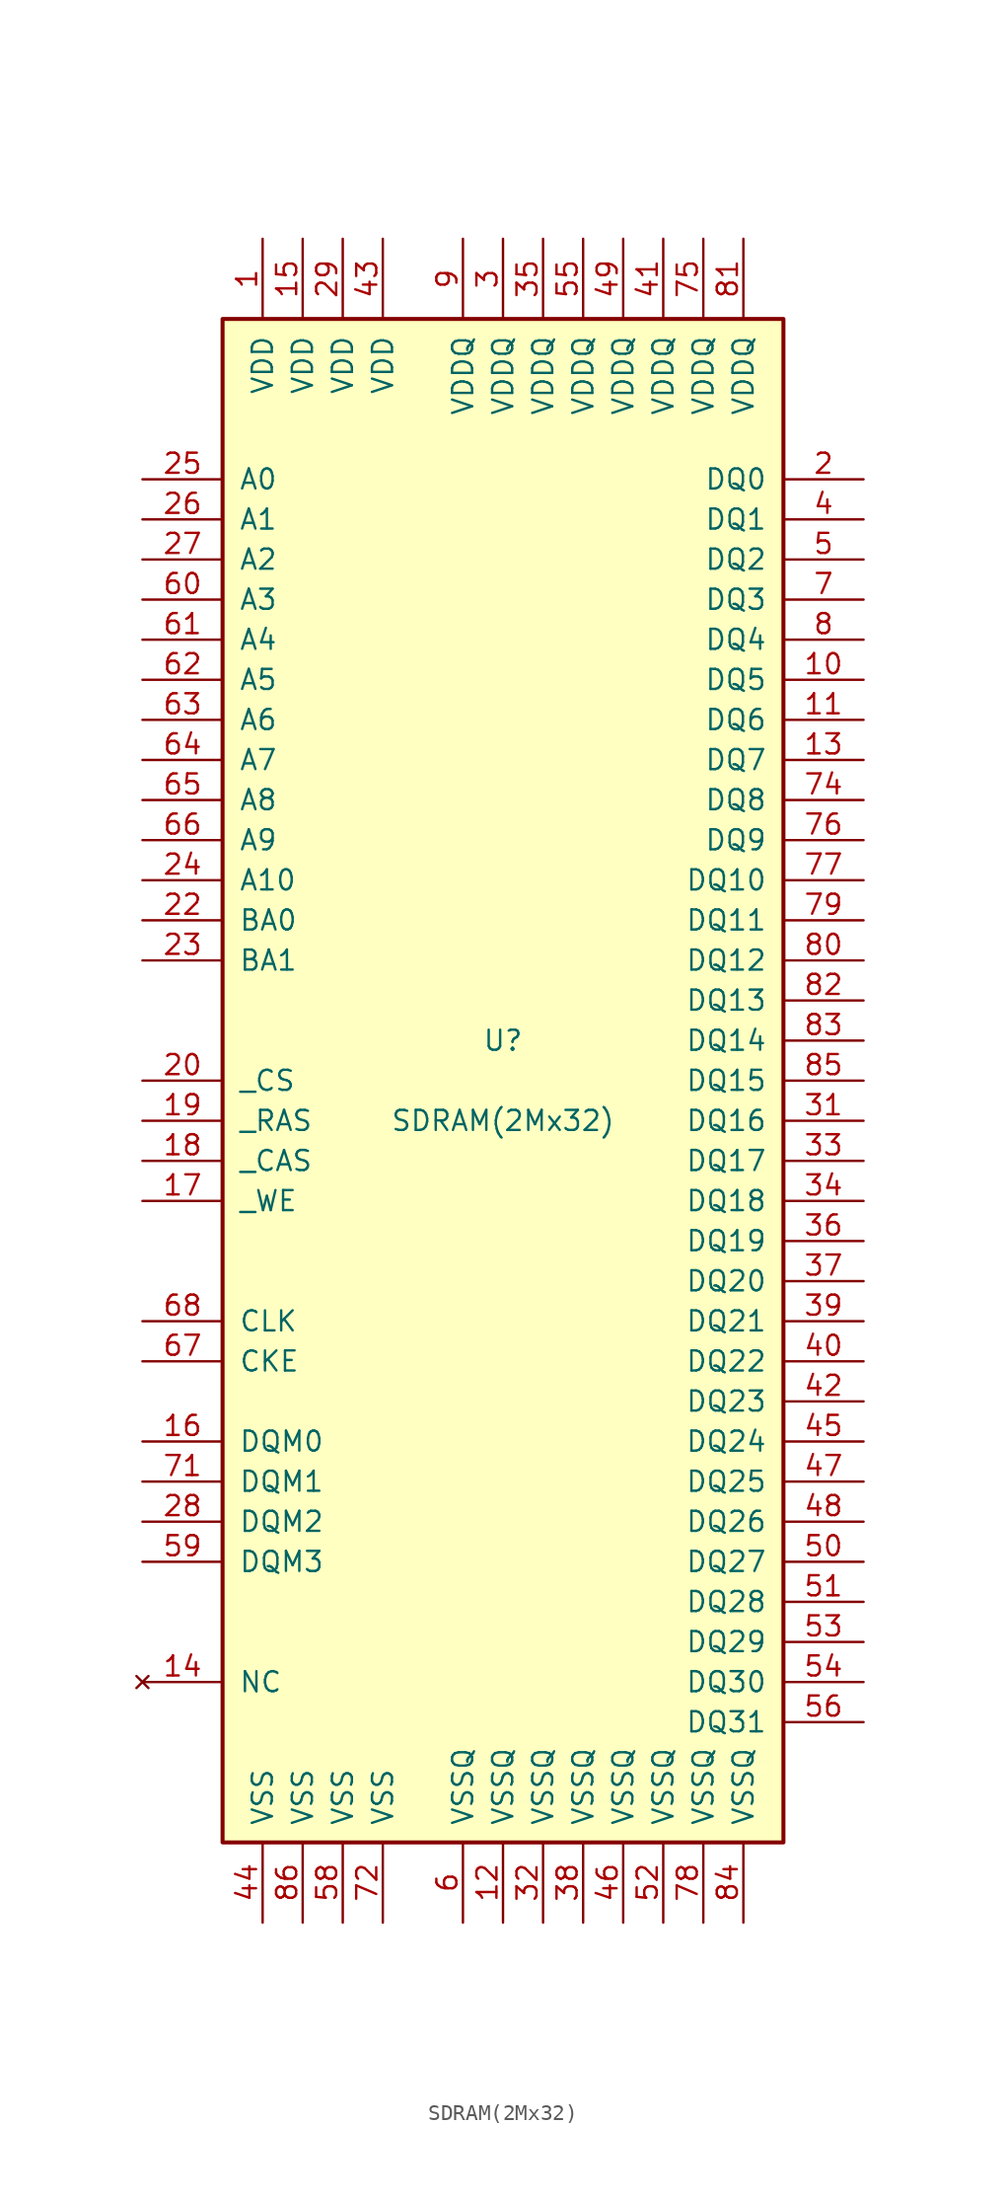
<source format=kicad_sym>
(kicad_symbol_lib
  (version 20220914)
  (generator kicad_symbol_editor)
  (symbol "SDRAM(2Mx32)"
    (pin_names
      (offset 1.016))
    (property "Reference" "U"
      (at 0 2.54 0)
      (effects (font (size 1.27 1.27))))
    (property "Value" "SDRAM(2Mx32)"
      (at 0 -2.54 0)
      (effects (font (size 1.27 1.27))))
    (symbol "SDRAM(2Mx32)_0_0"
      (pin power_in line (at -15.24 53.34 270) (length 5.08) (name "VDD" (effects (font (size 1.27 1.27)))) (number "1" (effects (font (size 1.27 1.27))))))
    (symbol "SDRAM(2Mx32)_0_1"
      (rectangle (start -17.78 48.26) (end 17.78 -48.26) (stroke (width 0.254) (type default)) (fill (type background))))
    (symbol "SDRAM(2Mx32)_1_0"
      (pin power_in line (at -12.7 53.34 270) (length 5.08) (name "VDD" (effects (font (size 1.27 1.27)))) (number "15" (effects (font (size 1.27 1.27)))))
      (pin no_connect line (at -22.86 -38.1 0) (length 5.08) hide (name "NC" (effects (font (size 1.27 1.27)))) (number "30" (effects (font (size 1.27 1.27)))))
      (pin bidirectional line (at 22.86 -33.02 180) (length 5.08) (name "DQ28" (effects (font (size 1.27 1.27)))) (number "51" (effects (font (size 1.27 1.27)))))
      (pin power_in line (at 10.16 -53.34 90) (length 5.08) (name "VSSQ" (effects (font (size 1.27 1.27)))) (number "52" (effects (font (size 1.27 1.27)))))
      (pin bidirectional line (at 22.86 -35.56 180) (length 5.08) (name "DQ29" (effects (font (size 1.27 1.27)))) (number "53" (effects (font (size 1.27 1.27)))))
      (pin bidirectional line (at 22.86 -38.1 180) (length 5.08) (name "DQ30" (effects (font (size 1.27 1.27)))) (number "54" (effects (font (size 1.27 1.27)))))
      (pin power_in line (at 5.08 53.34 270) (length 5.08) (name "VDDQ" (effects (font (size 1.27 1.27)))) (number "55" (effects (font (size 1.27 1.27)))))
      (pin bidirectional line (at 22.86 -40.64 180) (length 5.08) (name "DQ31" (effects (font (size 1.27 1.27)))) (number "56" (effects (font (size 1.27 1.27)))))
      (pin no_connect line (at -22.86 -38.1 0) (length 5.08) hide (name "NC" (effects (font (size 1.27 1.27)))) (number "57" (effects (font (size 1.27 1.27)))))
      (pin power_in line (at -10.16 -53.34 90) (length 5.08) (name "VSS" (effects (font (size 1.27 1.27)))) (number "58" (effects (font (size 1.27 1.27)))))
      (pin input line (at -22.86 -30.48 0) (length 5.08) (name "DQM3" (effects (font (size 1.27 1.27)))) (number "59" (effects (font (size 1.27 1.27)))))
      (pin input line (at -22.86 30.48 0) (length 5.08) (name "A3" (effects (font (size 1.27 1.27)))) (number "60" (effects (font (size 1.27 1.27)))))
      (pin input line (at -22.86 27.94 0) (length 5.08) (name "A4" (effects (font (size 1.27 1.27)))) (number "61" (effects (font (size 1.27 1.27)))))
      (pin input line (at -22.86 25.4 0) (length 5.08) (name "A5" (effects (font (size 1.27 1.27)))) (number "62" (effects (font (size 1.27 1.27)))))
      (pin input line (at -22.86 22.86 0) (length 5.08) (name "A6" (effects (font (size 1.27 1.27)))) (number "63" (effects (font (size 1.27 1.27)))))
      (pin input line (at -22.86 20.32 0) (length 5.08) (name "A7" (effects (font (size 1.27 1.27)))) (number "64" (effects (font (size 1.27 1.27)))))
      (pin input line (at -22.86 17.78 0) (length 5.08) (name "A8" (effects (font (size 1.27 1.27)))) (number "65" (effects (font (size 1.27 1.27)))))
      (pin input line (at -22.86 15.24 0) (length 5.08) (name "A9" (effects (font (size 1.27 1.27)))) (number "66" (effects (font (size 1.27 1.27)))))
      (pin input line (at -22.86 -17.78 0) (length 5.08) (name "CKE" (effects (font (size 1.27 1.27)))) (number "67" (effects (font (size 1.27 1.27)))))
      (pin input line (at -22.86 -15.24 0) (length 5.08) (name "CLK" (effects (font (size 1.27 1.27)))) (number "68" (effects (font (size 1.27 1.27)))))
      (pin no_connect line (at -22.86 -38.1 0) (length 5.08) hide (name "NC" (effects (font (size 1.27 1.27)))) (number "69" (effects (font (size 1.27 1.27)))))
      (pin no_connect line (at -22.86 -38.1 0) (length 5.08) hide (name "NC" (effects (font (size 1.27 1.27)))) (number "70" (effects (font (size 1.27 1.27)))))
      (pin input line (at -22.86 -25.4 0) (length 5.08) (name "DQM1" (effects (font (size 1.27 1.27)))) (number "71" (effects (font (size 1.27 1.27)))))
      (pin power_in line (at -7.62 -53.34 90) (length 5.08) (name "VSS" (effects (font (size 1.27 1.27)))) (number "72" (effects (font (size 1.27 1.27)))))
      (pin no_connect line (at -22.86 -38.1 0) (length 5.08) hide (name "NC" (effects (font (size 1.27 1.27)))) (number "73" (effects (font (size 1.27 1.27)))))
      (pin bidirectional line (at 22.86 17.78 180) (length 5.08) (name "DQ8" (effects (font (size 1.27 1.27)))) (number "74" (effects (font (size 1.27 1.27)))))
      (pin power_in line (at 12.7 53.34 270) (length 5.08) (name "VDDQ" (effects (font (size 1.27 1.27)))) (number "75" (effects (font (size 1.27 1.27)))))
      (pin bidirectional line (at 22.86 15.24 180) (length 5.08) (name "DQ9" (effects (font (size 1.27 1.27)))) (number "76" (effects (font (size 1.27 1.27)))))
      (pin bidirectional line (at 22.86 12.7 180) (length 5.08) (name "DQ10" (effects (font (size 1.27 1.27)))) (number "77" (effects (font (size 1.27 1.27)))))
      (pin power_in line (at 12.7 -53.34 90) (length 5.08) (name "VSSQ" (effects (font (size 1.27 1.27)))) (number "78" (effects (font (size 1.27 1.27)))))
      (pin bidirectional line (at 22.86 10.16 180) (length 5.08) (name "DQ11" (effects (font (size 1.27 1.27)))) (number "79" (effects (font (size 1.27 1.27)))))
      (pin bidirectional line (at 22.86 7.62 180) (length 5.08) (name "DQ12" (effects (font (size 1.27 1.27)))) (number "80" (effects (font (size 1.27 1.27)))))
      (pin power_in line (at 15.24 53.34 270) (length 5.08) (name "VDDQ" (effects (font (size 1.27 1.27)))) (number "81" (effects (font (size 1.27 1.27)))))
      (pin bidirectional line (at 22.86 5.08 180) (length 5.08) (name "DQ13" (effects (font (size 1.27 1.27)))) (number "82" (effects (font (size 1.27 1.27)))))
      (pin bidirectional line (at 22.86 2.54 180) (length 5.08) (name "DQ14" (effects (font (size 1.27 1.27)))) (number "83" (effects (font (size 1.27 1.27)))))
      (pin power_in line (at 15.24 -53.34 90) (length 5.08) (name "VSSQ" (effects (font (size 1.27 1.27)))) (number "84" (effects (font (size 1.27 1.27)))))
      (pin bidirectional line (at 22.86 0 180) (length 5.08) (name "DQ15" (effects (font (size 1.27 1.27)))) (number "85" (effects (font (size 1.27 1.27)))))
      (pin power_in line (at -12.7 -53.34 90) (length 5.08) (name "VSS" (effects (font (size 1.27 1.27)))) (number "86" (effects (font (size 1.27 1.27))))))
    (symbol "SDRAM(2Mx32)_1_1"
      (pin bidirectional line (at 22.86 25.4 180) (length 5.08) (name "DQ5" (effects (font (size 1.27 1.27)))) (number "10" (effects (font (size 1.27 1.27)))))
      (pin bidirectional line (at 22.86 22.86 180) (length 5.08) (name "DQ6" (effects (font (size 1.27 1.27)))) (number "11" (effects (font (size 1.27 1.27)))))
      (pin power_in line (at 0 -53.34 90) (length 5.08) (name "VSSQ" (effects (font (size 1.27 1.27)))) (number "12" (effects (font (size 1.27 1.27)))))
      (pin bidirectional line (at 22.86 20.32 180) (length 5.08) (name "DQ7" (effects (font (size 1.27 1.27)))) (number "13" (effects (font (size 1.27 1.27)))))
      (pin no_connect line (at -22.86 -38.1 0) (length 5.08) (name "NC" (effects (font (size 1.27 1.27)))) (number "14" (effects (font (size 1.27 1.27)))))
      (pin bidirectional line (at -22.86 -22.86 0) (length 5.08) (name "DQM0" (effects (font (size 1.27 1.27)))) (number "16" (effects (font (size 1.27 1.27)))))
      (pin input line (at -22.86 -7.62 0) (length 5.08) (name "_WE" (effects (font (size 1.27 1.27)))) (number "17" (effects (font (size 1.27 1.27)))))
      (pin input line (at -22.86 -5.08 0) (length 5.08) (name "_CAS" (effects (font (size 1.27 1.27)))) (number "18" (effects (font (size 1.27 1.27)))))
      (pin input line (at -22.86 -2.54 0) (length 5.08) (name "_RAS" (effects (font (size 1.27 1.27)))) (number "19" (effects (font (size 1.27 1.27)))))
      (pin bidirectional line (at 22.86 38.1 180) (length 5.08) (name "DQ0" (effects (font (size 1.27 1.27)))) (number "2" (effects (font (size 1.27 1.27)))))
      (pin input line (at -22.86 0 0) (length 5.08) (name "_CS" (effects (font (size 1.27 1.27)))) (number "20" (effects (font (size 1.27 1.27)))))
      (pin no_connect line (at -22.86 -38.1 0) (length 5.08) hide (name "NC" (effects (font (size 1.27 1.27)))) (number "21" (effects (font (size 1.27 1.27)))))
      (pin input line (at -22.86 10.16 0) (length 5.08) (name "BA0" (effects (font (size 1.27 1.27)))) (number "22" (effects (font (size 1.27 1.27)))))
      (pin input line (at -22.86 7.62 0) (length 5.08) (name "BA1" (effects (font (size 1.27 1.27)))) (number "23" (effects (font (size 1.27 1.27)))))
      (pin input line (at -22.86 12.7 0) (length 5.08) (name "A10" (effects (font (size 1.27 1.27)))) (number "24" (effects (font (size 1.27 1.27)))))
      (pin input line (at -22.86 38.1 0) (length 5.08) (name "A0" (effects (font (size 1.27 1.27)))) (number "25" (effects (font (size 1.27 1.27)))))
      (pin input line (at -22.86 35.56 0) (length 5.08) (name "A1" (effects (font (size 1.27 1.27)))) (number "26" (effects (font (size 1.27 1.27)))))
      (pin input line (at -22.86 33.02 0) (length 5.08) (name "A2" (effects (font (size 1.27 1.27)))) (number "27" (effects (font (size 1.27 1.27)))))
      (pin input line (at -22.86 -27.94 0) (length 5.08) (name "DQM2" (effects (font (size 1.27 1.27)))) (number "28" (effects (font (size 1.27 1.27)))))
      (pin power_in line (at -10.16 53.34 270) (length 5.08) (name "VDD" (effects (font (size 1.27 1.27)))) (number "29" (effects (font (size 1.27 1.27)))))
      (pin power_in line (at 0 53.34 270) (length 5.08) (name "VDDQ" (effects (font (size 1.27 1.27)))) (number "3" (effects (font (size 1.27 1.27)))))
      (pin bidirectional line (at 22.86 -2.54 180) (length 5.08) (name "DQ16" (effects (font (size 1.27 1.27)))) (number "31" (effects (font (size 1.27 1.27)))))
      (pin power_in line (at 2.54 -53.34 90) (length 5.08) (name "VSSQ" (effects (font (size 1.27 1.27)))) (number "32" (effects (font (size 1.27 1.27)))))
      (pin bidirectional line (at 22.86 -5.08 180) (length 5.08) (name "DQ17" (effects (font (size 1.27 1.27)))) (number "33" (effects (font (size 1.27 1.27)))))
      (pin bidirectional line (at 22.86 -7.62 180) (length 5.08) (name "DQ18" (effects (font (size 1.27 1.27)))) (number "34" (effects (font (size 1.27 1.27)))))
      (pin power_in line (at 2.54 53.34 270) (length 5.08) (name "VDDQ" (effects (font (size 1.27 1.27)))) (number "35" (effects (font (size 1.27 1.27)))))
      (pin bidirectional line (at 22.86 -10.16 180) (length 5.08) (name "DQ19" (effects (font (size 1.27 1.27)))) (number "36" (effects (font (size 1.27 1.27)))))
      (pin bidirectional line (at 22.86 -12.7 180) (length 5.08) (name "DQ20" (effects (font (size 1.27 1.27)))) (number "37" (effects (font (size 1.27 1.27)))))
      (pin power_in line (at 5.08 -53.34 90) (length 5.08) (name "VSSQ" (effects (font (size 1.27 1.27)))) (number "38" (effects (font (size 1.27 1.27)))))
      (pin bidirectional line (at 22.86 -15.24 180) (length 5.08) (name "DQ21" (effects (font (size 1.27 1.27)))) (number "39" (effects (font (size 1.27 1.27)))))
      (pin bidirectional line (at 22.86 35.56 180) (length 5.08) (name "DQ1" (effects (font (size 1.27 1.27)))) (number "4" (effects (font (size 1.27 1.27)))))
      (pin bidirectional line (at 22.86 -17.78 180) (length 5.08) (name "DQ22" (effects (font (size 1.27 1.27)))) (number "40" (effects (font (size 1.27 1.27)))))
      (pin power_in line (at 10.16 53.34 270) (length 5.08) (name "VDDQ" (effects (font (size 1.27 1.27)))) (number "41" (effects (font (size 1.27 1.27)))))
      (pin bidirectional line (at 22.86 -20.32 180) (length 5.08) (name "DQ23" (effects (font (size 1.27 1.27)))) (number "42" (effects (font (size 1.27 1.27)))))
      (pin power_in line (at -7.62 53.34 270) (length 5.08) (name "VDD" (effects (font (size 1.27 1.27)))) (number "43" (effects (font (size 1.27 1.27)))))
      (pin power_in line (at -15.24 -53.34 90) (length 5.08) (name "VSS" (effects (font (size 1.27 1.27)))) (number "44" (effects (font (size 1.27 1.27)))))
      (pin bidirectional line (at 22.86 -22.86 180) (length 5.08) (name "DQ24" (effects (font (size 1.27 1.27)))) (number "45" (effects (font (size 1.27 1.27)))))
      (pin power_in line (at 7.62 -53.34 90) (length 5.08) (name "VSSQ" (effects (font (size 1.27 1.27)))) (number "46" (effects (font (size 1.27 1.27)))))
      (pin bidirectional line (at 22.86 -25.4 180) (length 5.08) (name "DQ25" (effects (font (size 1.27 1.27)))) (number "47" (effects (font (size 1.27 1.27)))))
      (pin bidirectional line (at 22.86 -27.94 180) (length 5.08) (name "DQ26" (effects (font (size 1.27 1.27)))) (number "48" (effects (font (size 1.27 1.27)))))
      (pin power_in line (at 7.62 53.34 270) (length 5.08) (name "VDDQ" (effects (font (size 1.27 1.27)))) (number "49" (effects (font (size 1.27 1.27)))))
      (pin bidirectional line (at 22.86 33.02 180) (length 5.08) (name "DQ2" (effects (font (size 1.27 1.27)))) (number "5" (effects (font (size 1.27 1.27)))))
      (pin bidirectional line (at 22.86 -30.48 180) (length 5.08) (name "DQ27" (effects (font (size 1.27 1.27)))) (number "50" (effects (font (size 1.27 1.27)))))
      (pin power_in line (at -2.54 -53.34 90) (length 5.08) (name "VSSQ" (effects (font (size 1.27 1.27)))) (number "6" (effects (font (size 1.27 1.27)))))
      (pin bidirectional line (at 22.86 30.48 180) (length 5.08) (name "DQ3" (effects (font (size 1.27 1.27)))) (number "7" (effects (font (size 1.27 1.27)))))
      (pin bidirectional line (at 22.86 27.94 180) (length 5.08) (name "DQ4" (effects (font (size 1.27 1.27)))) (number "8" (effects (font (size 1.27 1.27)))))
      (pin power_in line (at -2.54 53.34 270) (length 5.08) (name "VDDQ" (effects (font (size 1.27 1.27)))) (number "9" (effects (font (size 1.27 1.27))))))))
</source>
